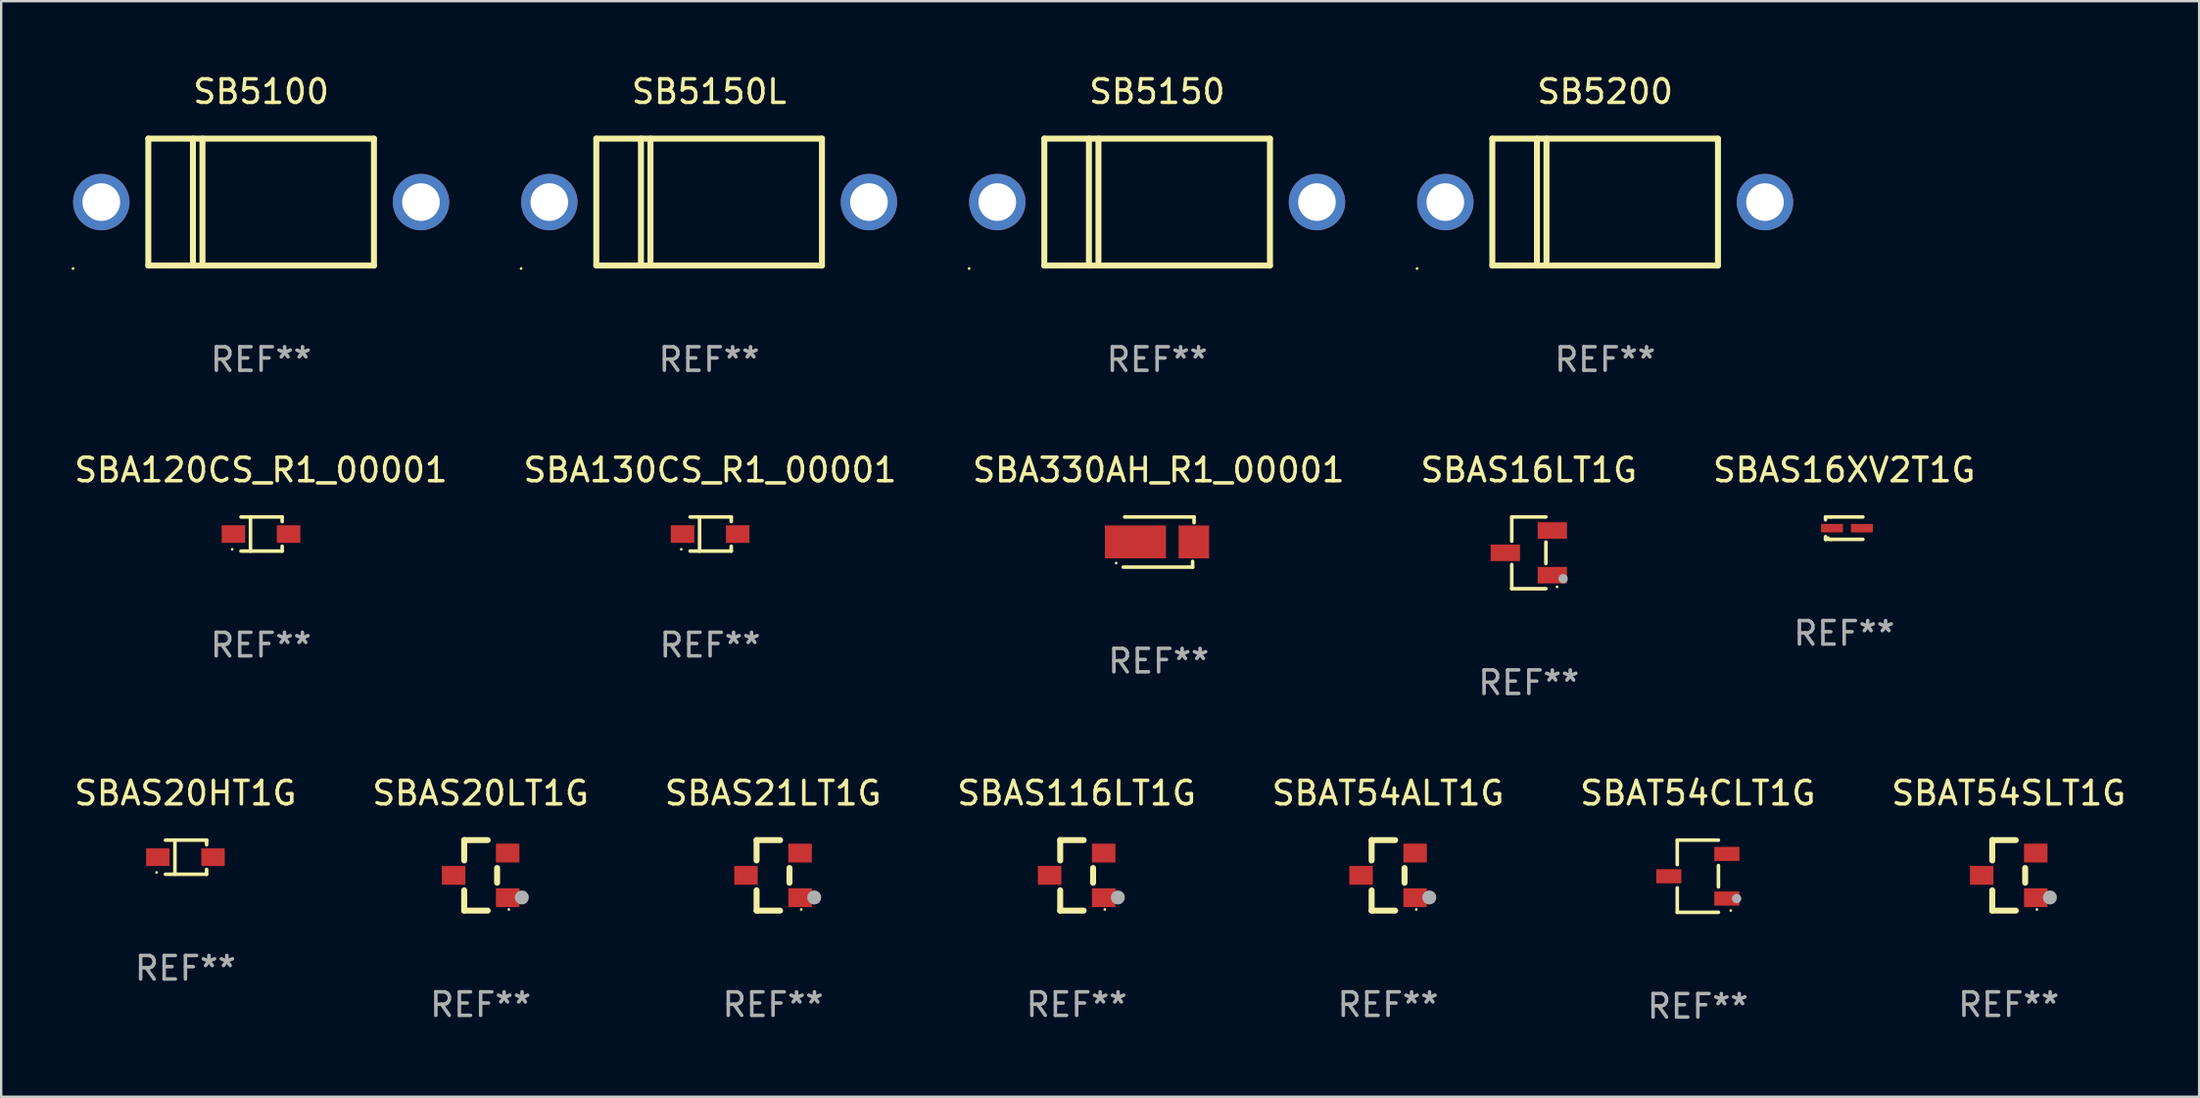
<source format=kicad_pcb>
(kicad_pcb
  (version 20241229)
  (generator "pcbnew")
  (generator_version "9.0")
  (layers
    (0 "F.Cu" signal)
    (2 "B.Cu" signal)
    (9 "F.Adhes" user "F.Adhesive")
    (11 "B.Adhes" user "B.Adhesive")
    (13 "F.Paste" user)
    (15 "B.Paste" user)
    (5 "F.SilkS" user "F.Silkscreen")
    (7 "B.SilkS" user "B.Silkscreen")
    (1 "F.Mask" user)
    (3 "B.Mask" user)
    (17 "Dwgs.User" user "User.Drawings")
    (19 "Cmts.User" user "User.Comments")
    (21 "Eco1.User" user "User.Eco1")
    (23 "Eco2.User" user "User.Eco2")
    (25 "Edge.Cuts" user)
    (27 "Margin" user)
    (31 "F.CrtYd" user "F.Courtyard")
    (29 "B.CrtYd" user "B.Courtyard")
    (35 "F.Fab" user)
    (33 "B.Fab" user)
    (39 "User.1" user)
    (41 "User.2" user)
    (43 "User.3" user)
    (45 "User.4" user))
  (footprint "SBAT54ALT1G"
    (layer "F.Cu")
    (at 56.006 34.194)
    (property "Reference" "SBAT54ALT1G" (at 0 -3.5 0) (layer "F.SilkS") (effects (font (size 1 1) (thickness 0.15))))
    (attr through_hole)
    (fp_line (start -0.7 -1.5) (end 0.3 -1.5) (stroke (width 0.254) (type solid)) (layer "F.SilkS"))
    (fp_line (start -0.7 -0.636) (end -0.7 -1.5) (stroke (width 0.254) (type solid)) (layer "F.SilkS"))
    (fp_line (start -0.7 1.5) (end -0.7 0.636) (stroke (width 0.254) (type solid)) (layer "F.SilkS"))
    (fp_line (start -0.7 1.5) (end 0.3 1.5) (stroke (width 0.254) (type solid)) (layer "F.SilkS"))
    (fp_line (start 0.7 0.314) (end 0.7 -0.314) (stroke (width 0.254) (type solid)) (layer "F.SilkS"))
    (fp_circle (center 1.2 1.45) (end 1.23 1.45) (stroke (width 0.06) (type solid)) (fill no) (layer "F.SilkS"))
    (fp_circle (center 1.753 0.94) (end 1.903 0.94) (stroke (width 0.3) (type solid)) (fill no) (layer "F.Fab"))
    (fp_text user "REF**" (at 0 5.5 0) (layer "F.Fab") (effects (font (size 1 1) (thickness 0.15))))
    (pad "1" smd rect (at 1.15 0.95 180) (size 1 0.8) (layers "F.Cu" "F.Mask" "F.Paste"))
    (pad "2" smd rect (at 1.15 -0.95 180) (size 1 0.8) (layers "F.Cu" "F.Mask" "F.Paste"))
    (pad "3" smd rect (at -1.15 -0.000051 180) (size 1 0.8) (layers "F.Cu" "F.Mask" "F.Paste")))
  (footprint "SB5150"
    (layer "F.Cu")
    (at 46.18 5.548)
    (property "Reference" "SB5150" (at 0 -4.7 0) (layer "F.SilkS") (effects (font (size 1 1) (thickness 0.15))))
    (attr through_hole)
    (fp_line (start -4.8 -2.7) (end -4.8 2.7) (stroke (width 0.254) (type solid)) (layer "F.SilkS"))
    (fp_line (start -4.8 -2.7) (end 4.8 -2.7) (stroke (width 0.254) (type solid)) (layer "F.SilkS"))
    (fp_line (start -2.902 -2.7) (end -2.902 2.7) (stroke (width 0.254) (type solid)) (layer "F.SilkS"))
    (fp_line (start -2.496 -2.7) (end -2.496 2.54) (stroke (width 0.254) (type solid)) (layer "F.SilkS"))
    (fp_line (start 4.8 -2.7) (end 4.8 2.7) (stroke (width 0.254) (type solid)) (layer "F.SilkS"))
    (fp_line (start 4.8 2.7) (end -4.8 2.7) (stroke (width 0.254) (type solid)) (layer "F.SilkS"))
    (fp_circle (center -8 2.827) (end -7.97 2.827) (stroke (width 0.06) (type solid)) (fill no) (layer "F.SilkS"))
    (fp_text user "REF**" (at 0 6.7 0) (layer "F.Fab") (effects (font (size 1 1) (thickness 0.15))))
    (pad "1" thru_hole circle (at -6.8 0) (size 2.4 2.4) (drill 1.6) (layers "*.Cu" "*.Mask"))
    (pad "2" thru_hole circle (at 6.8 0) (size 2.4 2.4) (drill 1.6) (layers "*.Cu" "*.Mask")))
  (footprint "SBAT54CLT1G"
    (layer "F.Cu")
    (at 69.185 34.23)
    (property "Reference" "SBAT54CLT1G" (at 0 -3.536 0) (layer "F.SilkS") (effects (font (size 1 1) (thickness 0.15))))
    (attr through_hole)
    (fp_line (start -0.876 -1.536) (end -0.876 -0.495) (stroke (width 0.152) (type solid)) (layer "F.SilkS"))
    (fp_line (start -0.876 1.536) (end -0.876 0.495) (stroke (width 0.152) (type solid)) (layer "F.SilkS"))
    (fp_line (start 0.876 -1.536) (end -0.876 -1.536) (stroke (width 0.152) (type solid)) (layer "F.SilkS"))
    (fp_line (start 0.876 -0.455) (end 0.876 0.455) (stroke (width 0.152) (type solid)) (layer "F.SilkS"))
    (fp_line (start 0.876 1.536) (end -0.876 1.536) (stroke (width 0.152) (type solid)) (layer "F.SilkS"))
    (fp_circle (center 1.4 1.46) (end 1.43 1.46) (stroke (width 0.06) (type solid)) (fill no) (layer "F.SilkS"))
    (fp_circle (center 1.651 0.95) (end 1.751 0.95) (stroke (width 0.2) (type solid)) (fill no) (layer "F.Fab"))
    (fp_text user "REF**" (at 0 5.536 0) (layer "F.Fab") (effects (font (size 1 1) (thickness 0.15))))
    (pad "1" smd rect (at 1.235 0.95) (size 1.07 0.6) (layers "F.Cu" "F.Mask" "F.Paste"))
    (pad "2" smd rect (at 1.235 -0.95) (size 1.07 0.6) (layers "F.Cu" "F.Mask" "F.Paste"))
    (pad "3" smd rect (at -1.235 0) (size 1.07 0.6) (layers "F.Cu" "F.Mask" "F.Paste")))
  (footprint "SBAS16XV2T1G"
    (layer "F.Cu")
    (at 75.411 19.421)
    (property "Reference" "SBAS16XV2T1G" (at 0 -2.476 0) (layer "F.SilkS") (effects (font (size 1 1) (thickness 0.15))))
    (attr through_hole)
    (fp_line (start -0.795 -0.476) (end -0.795 -0.356) (stroke (width 0.152) (type solid)) (layer "F.SilkS"))
    (fp_line (start -0.795 0.363) (end -0.795 0.476) (stroke (width 0.152) (type solid)) (layer "F.SilkS"))
    (fp_line (start -0.795 0.476) (end -0.557 0.476) (stroke (width 0.152) (type solid)) (layer "F.SilkS"))
    (fp_line (start -0.557 -0.476) (end -0.795 -0.476) (stroke (width 0.152) (type solid)) (layer "F.SilkS"))
    (fp_line (start -0.557 -0.476) (end 0.795 -0.476) (stroke (width 0.152) (type solid)) (layer "F.SilkS"))
    (fp_line (start -0.557 0.476) (end 0.795 0.476) (stroke (width 0.152) (type solid)) (layer "F.SilkS"))
    (fp_circle (center -0.681 0.4) (end -0.651 0.4) (stroke (width 0.06) (type solid)) (fill no) (layer "F.SilkS"))
    (fp_text user "REF**" (at 0 4.476 0) (layer "F.Fab") (effects (font (size 1 1) (thickness 0.15))))
    (pad "1" smd rect (at -0.516 0 180) (size 0.93 0.36) (layers "F.Cu" "F.Mask" "F.Paste"))
    (pad "2" smd rect (at 0.754 0 180) (size 0.93 0.36) (layers "F.Cu" "F.Mask" "F.Paste")))
  (footprint "SBA130CS_R1_00001"
    (layer "F.Cu")
    (at 27.161 19.671)
    (property "Reference" "SBA130CS_R1_00001" (at 0 -2.726 0) (layer "F.SilkS") (effects (font (size 1 1) (thickness 0.15))))
    (attr through_hole)
    (fp_line (start -0.851 -0.726) (end 0.901 -0.726) (stroke (width 0.152) (type solid)) (layer "F.SilkS"))
    (fp_line (start -0.851 0.726) (end 0.901 0.726) (stroke (width 0.152) (type solid)) (layer "F.SilkS"))
    (fp_line (start -0.447 -0.726) (end -0.447 0.726) (stroke (width 0.152) (type solid)) (layer "F.SilkS"))
    (fp_line (start 0.901 -0.726) (end 0.901 -0.53) (stroke (width 0.152) (type solid)) (layer "F.SilkS"))
    (fp_line (start 0.901 0.726) (end 0.901 0.52) (stroke (width 0.152) (type solid)) (layer "F.SilkS"))
    (fp_circle (center -1.225 0.65) (end -1.195 0.65) (stroke (width 0.06) (type solid)) (fill no) (layer "F.SilkS"))
    (fp_text user "REF**" (at 0 4.726 0) (layer "F.Fab") (effects (font (size 1 1) (thickness 0.15))))
    (pad "1" smd rect (at -1.173 0) (size 1 0.75) (layers "F.Cu" "F.Mask" "F.Paste"))
    (pad "2" smd rect (at 1.173 0) (size 1 0.75) (layers "F.Cu" "F.Mask" "F.Paste")))
  (footprint "SBA330AH_R1_00001"
    (layer "F.Cu")
    (at 46.244 20.012)
    (property "Reference" "SBA330AH_R1_00001" (at 0 -3.067 0) (layer "F.SilkS") (effects (font (size 1 1) (thickness 0.15))))
    (attr through_hole)
    (fp_line (start -1.507 1.067) (end 1.446 1.067) (stroke (width 0.152) (type solid)) (layer "F.SilkS"))
    (fp_line (start -1.446 -1.067) (end 1.507 -1.067) (stroke (width 0.152) (type solid)) (layer "F.SilkS"))
    (fp_line (start 1.446 1.067) (end 1.446 0.824) (stroke (width 0.152) (type solid)) (layer "F.SilkS"))
    (fp_line (start 1.507 -1.067) (end 1.507 -0.824) (stroke (width 0.152) (type solid)) (layer "F.SilkS"))
    (fp_circle (center -1.807 0.895) (end -1.777 0.895) (stroke (width 0.06) (type solid)) (fill no) (layer "F.SilkS"))
    (fp_text user "REF**" (at 0 5.067 0) (layer "F.Fab") (effects (font (size 1 1) (thickness 0.15))))
    (pad "1" smd rect (at -0.987 -0.005) (size 2.6 1.4) (layers "F.Cu" "F.Mask" "F.Paste"))
    (pad "2" smd rect (at 1.499 -0.005) (size 1.3 1.4) (layers "F.Cu" "F.Mask" "F.Paste")))
  (footprint "SBAS16LT1G"
    (layer "F.Cu")
    (at 61.994 20.471)
    (property "Reference" "SBAS16LT1G" (at 0 -3.526 0) (layer "F.SilkS") (effects (font (size 1 1) (thickness 0.15))))
    (attr through_hole)
    (fp_line (start -0.726 -1.526) (end -0.726 -0.495) (stroke (width 0.152) (type solid)) (layer "F.SilkS"))
    (fp_line (start -0.726 1.526) (end -0.726 0.495) (stroke (width 0.152) (type solid)) (layer "F.SilkS"))
    (fp_line (start 0.726 -1.526) (end -0.726 -1.526) (stroke (width 0.152) (type solid)) (layer "F.SilkS"))
    (fp_line (start 0.726 -0.455) (end 0.726 0.455) (stroke (width 0.152) (type solid)) (layer "F.SilkS"))
    (fp_line (start 0.726 1.526) (end -0.726 1.526) (stroke (width 0.152) (type solid)) (layer "F.SilkS"))
    (fp_circle (center 1.2 1.45) (end 1.23 1.45) (stroke (width 0.06) (type solid)) (fill no) (layer "F.SilkS"))
    (fp_circle (center 1.46 1.1) (end 1.56 1.1) (stroke (width 0.2) (type solid)) (fill no) (layer "F.Fab"))
    (fp_text user "REF**" (at 0 5.526 0) (layer "F.Fab") (effects (font (size 1 1) (thickness 0.15))))
    (pad "1" smd rect (at 1 0.95) (size 1.25 0.7) (layers "F.Cu" "F.Mask" "F.Paste"))
    (pad "2" smd rect (at 1 -0.95) (size 1.25 0.7) (layers "F.Cu" "F.Mask" "F.Paste"))
    (pad "3" smd rect (at -1 0) (size 1.25 0.7) (layers "F.Cu" "F.Mask" "F.Paste")))
  (footprint "SB5200"
    (layer "F.Cu")
    (at 65.241 5.548)
    (property "Reference" "SB5200" (at 0 -4.7 0) (layer "F.SilkS") (effects (font (size 1 1) (thickness 0.15))))
    (attr through_hole)
    (fp_line (start -4.8 -2.7) (end -4.8 2.7) (stroke (width 0.254) (type solid)) (layer "F.SilkS"))
    (fp_line (start -4.8 -2.7) (end 4.8 -2.7) (stroke (width 0.254) (type solid)) (layer "F.SilkS"))
    (fp_line (start -2.902 -2.7) (end -2.902 2.7) (stroke (width 0.254) (type solid)) (layer "F.SilkS"))
    (fp_line (start -2.496 -2.7) (end -2.496 2.54) (stroke (width 0.254) (type solid)) (layer "F.SilkS"))
    (fp_line (start 4.8 -2.7) (end 4.8 2.7) (stroke (width 0.254) (type solid)) (layer "F.SilkS"))
    (fp_line (start 4.8 2.7) (end -4.8 2.7) (stroke (width 0.254) (type solid)) (layer "F.SilkS"))
    (fp_circle (center -8 2.827) (end -7.97 2.827) (stroke (width 0.06) (type solid)) (fill no) (layer "F.SilkS"))
    (fp_text user "REF**" (at 0 6.7 0) (layer "F.Fab") (effects (font (size 1 1) (thickness 0.15))))
    (pad "1" thru_hole circle (at -6.8 0) (size 2.4 2.4) (drill 1.6) (layers "*.Cu" "*.Mask"))
    (pad "2" thru_hole circle (at 6.8 0) (size 2.4 2.4) (drill 1.6) (layers "*.Cu" "*.Mask")))
  (footprint "SBAS20LT1G"
    (layer "F.Cu")
    (at 17.399 34.194)
    (property "Reference" "SBAS20LT1G" (at 0 -3.5 0) (layer "F.SilkS") (effects (font (size 1 1) (thickness 0.15))))
    (attr through_hole)
    (fp_line (start -0.7 -1.5) (end 0.3 -1.5) (stroke (width 0.254) (type solid)) (layer "F.SilkS"))
    (fp_line (start -0.7 -0.636) (end -0.7 -1.5) (stroke (width 0.254) (type solid)) (layer "F.SilkS"))
    (fp_line (start -0.7 1.5) (end -0.7 0.636) (stroke (width 0.254) (type solid)) (layer "F.SilkS"))
    (fp_line (start -0.7 1.5) (end 0.3 1.5) (stroke (width 0.254) (type solid)) (layer "F.SilkS"))
    (fp_line (start 0.7 0.314) (end 0.7 -0.314) (stroke (width 0.254) (type solid)) (layer "F.SilkS"))
    (fp_circle (center 1.2 1.45) (end 1.23 1.45) (stroke (width 0.06) (type solid)) (fill no) (layer "F.SilkS"))
    (fp_circle (center 1.753 0.94) (end 1.903 0.94) (stroke (width 0.3) (type solid)) (fill no) (layer "F.Fab"))
    (fp_text user "REF**" (at 0 5.5 0) (layer "F.Fab") (effects (font (size 1 1) (thickness 0.15))))
    (pad "1" smd rect (at 1.15 0.95 180) (size 1 0.8) (layers "F.Cu" "F.Mask" "F.Paste"))
    (pad "2" smd rect (at 1.15 -0.95 180) (size 1 0.8) (layers "F.Cu" "F.Mask" "F.Paste"))
    (pad "3" smd rect (at -1.15 -0.000051 180) (size 1 0.8) (layers "F.Cu" "F.Mask" "F.Paste")))
  (footprint "SB5150L"
    (layer "F.Cu")
    (at 27.12 5.548)
    (property "Reference" "SB5150L" (at 0 -4.7 0) (layer "F.SilkS") (effects (font (size 1 1) (thickness 0.15))))
    (attr through_hole)
    (fp_line (start -4.8 -2.7) (end -4.8 2.7) (stroke (width 0.254) (type solid)) (layer "F.SilkS"))
    (fp_line (start -4.8 -2.7) (end 4.8 -2.7) (stroke (width 0.254) (type solid)) (layer "F.SilkS"))
    (fp_line (start -2.902 -2.7) (end -2.902 2.7) (stroke (width 0.254) (type solid)) (layer "F.SilkS"))
    (fp_line (start -2.496 -2.7) (end -2.496 2.54) (stroke (width 0.254) (type solid)) (layer "F.SilkS"))
    (fp_line (start 4.8 -2.7) (end 4.8 2.7) (stroke (width 0.254) (type solid)) (layer "F.SilkS"))
    (fp_line (start 4.8 2.7) (end -4.8 2.7) (stroke (width 0.254) (type solid)) (layer "F.SilkS"))
    (fp_circle (center -8 2.827) (end -7.97 2.827) (stroke (width 0.06) (type solid)) (fill no) (layer "F.SilkS"))
    (fp_text user "REF**" (at 0 6.7 0) (layer "F.Fab") (effects (font (size 1 1) (thickness 0.15))))
    (pad "1" thru_hole circle (at -6.8 0) (size 2.4 2.4) (drill 1.6) (layers "*.Cu" "*.Mask"))
    (pad "2" thru_hole circle (at 6.8 0) (size 2.4 2.4) (drill 1.6) (layers "*.Cu" "*.Mask")))
  (footprint "SBAS20HT1G"
    (layer "F.Cu")
    (at 4.839 33.42)
    (property "Reference" "SBAS20HT1G" (at 0 -2.726 0) (layer "F.SilkS") (effects (font (size 1 1) (thickness 0.15))))
    (attr through_hole)
    (fp_line (start -0.851 -0.726) (end 0.901 -0.726) (stroke (width 0.152) (type solid)) (layer "F.SilkS"))
    (fp_line (start -0.851 0.726) (end 0.901 0.726) (stroke (width 0.152) (type solid)) (layer "F.SilkS"))
    (fp_line (start -0.447 -0.726) (end -0.447 0.726) (stroke (width 0.152) (type solid)) (layer "F.SilkS"))
    (fp_line (start 0.901 -0.726) (end 0.901 -0.53) (stroke (width 0.152) (type solid)) (layer "F.SilkS"))
    (fp_line (start 0.901 0.726) (end 0.901 0.52) (stroke (width 0.152) (type solid)) (layer "F.SilkS"))
    (fp_circle (center -1.225 0.65) (end -1.195 0.65) (stroke (width 0.06) (type solid)) (fill no) (layer "F.SilkS"))
    (fp_text user "REF**" (at 0 4.726 0) (layer "F.Fab") (effects (font (size 1 1) (thickness 0.15))))
    (pad "1" smd rect (at -1.173 0) (size 1 0.75) (layers "F.Cu" "F.Mask" "F.Paste"))
    (pad "2" smd rect (at 1.173 0) (size 1 0.75) (layers "F.Cu" "F.Mask" "F.Paste")))
  (footprint "SB5100"
    (layer "F.Cu")
    (at 8.06 5.548)
    (property "Reference" "SB5100" (at 0 -4.7 0) (layer "F.SilkS") (effects (font (size 1 1) (thickness 0.15))))
    (attr through_hole)
    (fp_line (start -4.8 -2.7) (end -4.8 2.7) (stroke (width 0.254) (type solid)) (layer "F.SilkS"))
    (fp_line (start -4.8 -2.7) (end 4.8 -2.7) (stroke (width 0.254) (type solid)) (layer "F.SilkS"))
    (fp_line (start -2.902 -2.7) (end -2.902 2.7) (stroke (width 0.254) (type solid)) (layer "F.SilkS"))
    (fp_line (start -2.496 -2.7) (end -2.496 2.54) (stroke (width 0.254) (type solid)) (layer "F.SilkS"))
    (fp_line (start 4.8 -2.7) (end 4.8 2.7) (stroke (width 0.254) (type solid)) (layer "F.SilkS"))
    (fp_line (start 4.8 2.7) (end -4.8 2.7) (stroke (width 0.254) (type solid)) (layer "F.SilkS"))
    (fp_circle (center -8 2.827) (end -7.97 2.827) (stroke (width 0.06) (type solid)) (fill no) (layer "F.SilkS"))
    (fp_text user "REF**" (at 0 6.7 0) (layer "F.Fab") (effects (font (size 1 1) (thickness 0.15))))
    (pad "1" thru_hole circle (at -6.8 0) (size 2.4 2.4) (drill 1.6) (layers "*.Cu" "*.Mask"))
    (pad "2" thru_hole circle (at 6.8 0) (size 2.4 2.4) (drill 1.6) (layers "*.Cu" "*.Mask")))
  (footprint "SBAS21LT1G"
    (layer "F.Cu")
    (at 29.839 34.194)
    (property "Reference" "SBAS21LT1G" (at 0 -3.5 0) (layer "F.SilkS") (effects (font (size 1 1) (thickness 0.15))))
    (attr through_hole)
    (fp_line (start -0.7 -1.5) (end 0.3 -1.5) (stroke (width 0.254) (type solid)) (layer "F.SilkS"))
    (fp_line (start -0.7 -0.636) (end -0.7 -1.5) (stroke (width 0.254) (type solid)) (layer "F.SilkS"))
    (fp_line (start -0.7 1.5) (end -0.7 0.636) (stroke (width 0.254) (type solid)) (layer "F.SilkS"))
    (fp_line (start -0.7 1.5) (end 0.3 1.5) (stroke (width 0.254) (type solid)) (layer "F.SilkS"))
    (fp_line (start 0.7 0.314) (end 0.7 -0.314) (stroke (width 0.254) (type solid)) (layer "F.SilkS"))
    (fp_circle (center 1.2 1.45) (end 1.23 1.45) (stroke (width 0.06) (type solid)) (fill no) (layer "F.SilkS"))
    (fp_circle (center 1.753 0.94) (end 1.903 0.94) (stroke (width 0.3) (type solid)) (fill no) (layer "F.Fab"))
    (fp_text user "REF**" (at 0 5.5 0) (layer "F.Fab") (effects (font (size 1 1) (thickness 0.15))))
    (pad "1" smd rect (at 1.15 0.95 180) (size 1 0.8) (layers "F.Cu" "F.Mask" "F.Paste"))
    (pad "2" smd rect (at 1.15 -0.95 180) (size 1 0.8) (layers "F.Cu" "F.Mask" "F.Paste"))
    (pad "3" smd rect (at -1.15 -0.000051 180) (size 1 0.8) (layers "F.Cu" "F.Mask" "F.Paste")))
  (footprint "SBA120CS_R1_00001"
    (layer "F.Cu")
    (at 8.054 19.671)
    (property "Reference" "SBA120CS_R1_00001" (at 0 -2.726 0) (layer "F.SilkS") (effects (font (size 1 1) (thickness 0.15))))
    (attr through_hole)
    (fp_line (start -0.851 -0.726) (end 0.901 -0.726) (stroke (width 0.152) (type solid)) (layer "F.SilkS"))
    (fp_line (start -0.851 0.726) (end 0.901 0.726) (stroke (width 0.152) (type solid)) (layer "F.SilkS"))
    (fp_line (start -0.447 -0.726) (end -0.447 0.726) (stroke (width 0.152) (type solid)) (layer "F.SilkS"))
    (fp_line (start 0.901 -0.726) (end 0.901 -0.53) (stroke (width 0.152) (type solid)) (layer "F.SilkS"))
    (fp_line (start 0.901 0.726) (end 0.901 0.52) (stroke (width 0.152) (type solid)) (layer "F.SilkS"))
    (fp_circle (center -1.225 0.65) (end -1.195 0.65) (stroke (width 0.06) (type solid)) (fill no) (layer "F.SilkS"))
    (fp_text user "REF**" (at 0 4.726 0) (layer "F.Fab") (effects (font (size 1 1) (thickness 0.15))))
    (pad "1" smd rect (at -1.173 0) (size 1 0.75) (layers "F.Cu" "F.Mask" "F.Paste"))
    (pad "2" smd rect (at 1.173 0) (size 1 0.75) (layers "F.Cu" "F.Mask" "F.Paste")))
  (footprint "SBAT54SLT1G"
    (layer "F.Cu")
    (at 82.411 34.194)
    (property "Reference" "SBAT54SLT1G" (at 0 -3.5 0) (layer "F.SilkS") (effects (font (size 1 1) (thickness 0.15))))
    (attr through_hole)
    (fp_line (start -0.7 -1.5) (end 0.3 -1.5) (stroke (width 0.254) (type solid)) (layer "F.SilkS"))
    (fp_line (start -0.7 -0.636) (end -0.7 -1.5) (stroke (width 0.254) (type solid)) (layer "F.SilkS"))
    (fp_line (start -0.7 1.5) (end -0.7 0.636) (stroke (width 0.254) (type solid)) (layer "F.SilkS"))
    (fp_line (start -0.7 1.5) (end 0.3 1.5) (stroke (width 0.254) (type solid)) (layer "F.SilkS"))
    (fp_line (start 0.7 0.314) (end 0.7 -0.314) (stroke (width 0.254) (type solid)) (layer "F.SilkS"))
    (fp_circle (center 1.2 1.45) (end 1.23 1.45) (stroke (width 0.06) (type solid)) (fill no) (layer "F.SilkS"))
    (fp_circle (center 1.753 0.94) (end 1.903 0.94) (stroke (width 0.3) (type solid)) (fill no) (layer "F.Fab"))
    (fp_text user "REF**" (at 0 5.5 0) (layer "F.Fab") (effects (font (size 1 1) (thickness 0.15))))
    (pad "1" smd rect (at 1.15 0.95 180) (size 1 0.8) (layers "F.Cu" "F.Mask" "F.Paste"))
    (pad "2" smd rect (at 1.15 -0.95 180) (size 1 0.8) (layers "F.Cu" "F.Mask" "F.Paste"))
    (pad "3" smd rect (at -1.15 -0.000051 180) (size 1 0.8) (layers "F.Cu" "F.Mask" "F.Paste")))
  (footprint "SBAS116LT1G"
    (layer "F.Cu")
    (at 42.756 34.194)
    (property "Reference" "SBAS116LT1G" (at 0 -3.5 0) (layer "F.SilkS") (effects (font (size 1 1) (thickness 0.15))))
    (attr through_hole)
    (fp_line (start -0.7 -1.5) (end 0.3 -1.5) (stroke (width 0.254) (type solid)) (layer "F.SilkS"))
    (fp_line (start -0.7 -0.636) (end -0.7 -1.5) (stroke (width 0.254) (type solid)) (layer "F.SilkS"))
    (fp_line (start -0.7 1.5) (end -0.7 0.636) (stroke (width 0.254) (type solid)) (layer "F.SilkS"))
    (fp_line (start -0.7 1.5) (end 0.3 1.5) (stroke (width 0.254) (type solid)) (layer "F.SilkS"))
    (fp_line (start 0.7 0.314) (end 0.7 -0.314) (stroke (width 0.254) (type solid)) (layer "F.SilkS"))
    (fp_circle (center 1.2 1.45) (end 1.23 1.45) (stroke (width 0.06) (type solid)) (fill no) (layer "F.SilkS"))
    (fp_circle (center 1.753 0.94) (end 1.903 0.94) (stroke (width 0.3) (type solid)) (fill no) (layer "F.Fab"))
    (fp_text user "REF**" (at 0 5.5 0) (layer "F.Fab") (effects (font (size 1 1) (thickness 0.15))))
    (pad "1" smd rect (at 1.15 0.95 180) (size 1 0.8) (layers "F.Cu" "F.Mask" "F.Paste"))
    (pad "2" smd rect (at 1.15 -0.95 180) (size 1 0.8) (layers "F.Cu" "F.Mask" "F.Paste"))
    (pad "3" smd rect (at -1.15 -0.000051 180) (size 1 0.8) (layers "F.Cu" "F.Mask" "F.Paste")))
  (gr_rect
    (start -3 -3)
    (end 90.512 43.614)
    (stroke (width 0.1) (type default))
    (fill no)
    (layer "Edge.Cuts")))
</source>
